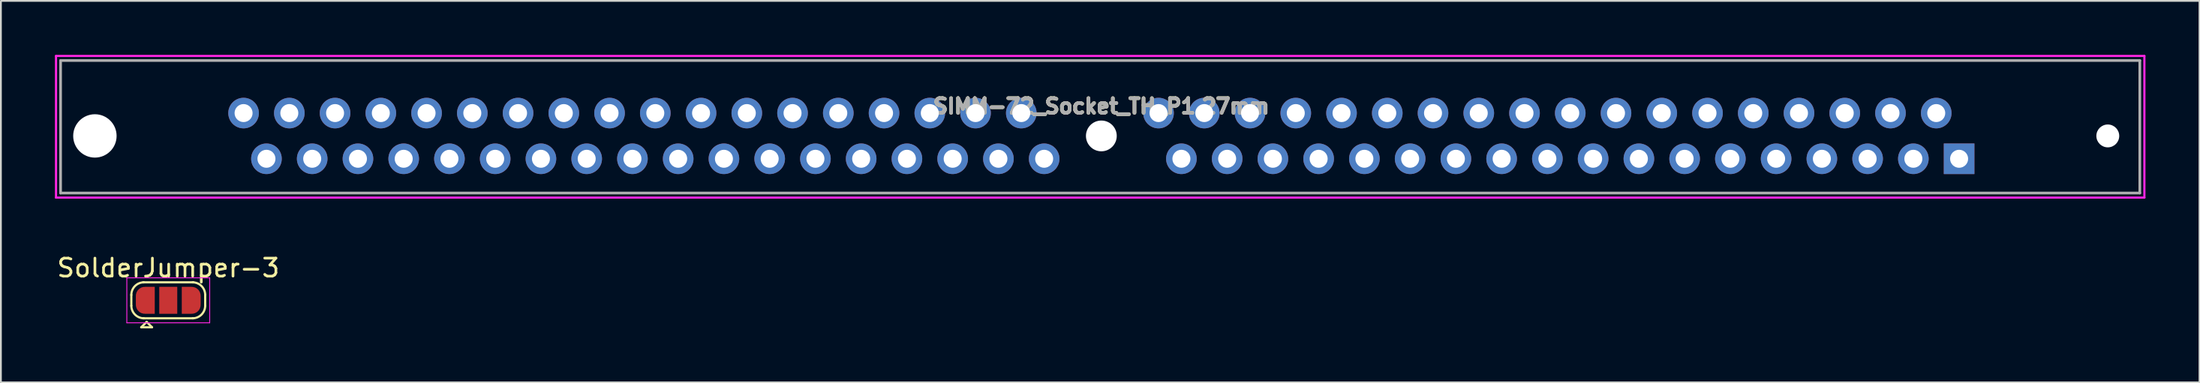
<source format=kicad_pcb>
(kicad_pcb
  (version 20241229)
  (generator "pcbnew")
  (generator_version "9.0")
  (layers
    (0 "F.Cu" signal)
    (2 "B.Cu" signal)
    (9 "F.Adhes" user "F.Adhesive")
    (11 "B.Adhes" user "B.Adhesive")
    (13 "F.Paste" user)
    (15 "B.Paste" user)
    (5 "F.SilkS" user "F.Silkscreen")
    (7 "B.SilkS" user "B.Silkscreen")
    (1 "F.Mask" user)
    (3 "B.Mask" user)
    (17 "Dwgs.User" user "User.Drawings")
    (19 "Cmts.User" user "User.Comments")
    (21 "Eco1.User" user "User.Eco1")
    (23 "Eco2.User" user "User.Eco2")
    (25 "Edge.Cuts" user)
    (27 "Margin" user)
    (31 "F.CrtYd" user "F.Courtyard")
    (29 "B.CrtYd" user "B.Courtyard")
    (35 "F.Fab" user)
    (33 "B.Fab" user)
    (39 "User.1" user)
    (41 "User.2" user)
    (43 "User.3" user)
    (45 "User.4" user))
  (footprint "SolderJumper-3"
    (layer "F.Cu")
    (at 6.292 13.642)
    (property "Reference" "SolderJumper-3" (at 0 -1.8 0) (layer "F.SilkS") (effects (font (size 1 1) (thickness 0.15))))
    (attr exclude_from_pos_files exclude_from_bom)
    (fp_line (start -2.05 0.3) (end -2.05 -0.3) (stroke (width 0.12) (type solid)) (layer "F.SilkS"))
    (fp_line (start -1.5 1.5) (end -0.9 1.5) (stroke (width 0.12) (type solid)) (layer "F.SilkS"))
    (fp_line (start -1.4 -1) (end 1.4 -1) (stroke (width 0.12) (type solid)) (layer "F.SilkS"))
    (fp_line (start -1.2 1.2) (end -1.5 1.5) (stroke (width 0.12) (type solid)) (layer "F.SilkS"))
    (fp_line (start -1.2 1.2) (end -0.9 1.5) (stroke (width 0.12) (type solid)) (layer "F.SilkS"))
    (fp_line (start 1.4 1) (end -1.4 1) (stroke (width 0.12) (type solid)) (layer "F.SilkS"))
    (fp_line (start 2.05 -0.3) (end 2.05 0.3) (stroke (width 0.12) (type solid)) (layer "F.SilkS"))
    (fp_arc (start -2.05 -0.3) (mid -1.844975 -0.794975) (end -1.35 -1) (stroke (width 0.12) (type solid)) (layer "F.SilkS"))
    (fp_arc (start -1.35 1) (mid -1.844975 0.794975) (end -2.05 0.3) (stroke (width 0.12) (type solid)) (layer "F.SilkS"))
    (fp_arc (start 1.35 -1) (mid 1.844975 -0.794975) (end 2.05 -0.3) (stroke (width 0.12) (type solid)) (layer "F.SilkS"))
    (fp_arc (start 2.05 0.3) (mid 1.844975 0.794975) (end 1.35 1) (stroke (width 0.12) (type solid)) (layer "F.SilkS"))
    (fp_line (start -2.3 -1.25) (end -2.3 1.25) (stroke (width 0.05) (type solid)) (layer "F.CrtYd"))
    (fp_line (start -2.3 -1.25) (end 2.3 -1.25) (stroke (width 0.05) (type solid)) (layer "F.CrtYd"))
    (fp_line (start 2.3 1.25) (end -2.3 1.25) (stroke (width 0.05) (type solid)) (layer "F.CrtYd"))
    (fp_line (start 2.3 1.25) (end 2.3 -1.25) (stroke (width 0.05) (type solid)) (layer "F.CrtYd"))
    (pad "1" smd custom (at -1.3 0) (size 1 0.5) (layers "F.Cu" "F.Mask") (options (anchor rect)) (primitives (gr_circle (center 0 0.25) (end 0.5 0.25) (width 0) (fill yes)) (gr_circle (center 0 -0.25) (end 0.5 -0.25) (width 0) (fill yes)) (gr_poly (pts (xy 0.55 -0.75) (xy 0 -0.75) (xy 0 0.75) (xy 0.55 0.75)) (width 0) (fill yes))))
    (pad "2" smd rect (at 0 0) (size 1 1.5) (layers "F.Cu" "F.Mask"))
    (pad "3" smd custom (at 1.3 0) (size 1 0.5) (layers "F.Cu" "F.Mask") (options (anchor rect)) (primitives (gr_circle (center 0 0.25) (end 0.5 0.25) (width 0) (fill yes)) (gr_circle (center 0 -0.25) (end 0.5 -0.25) (width 0) (fill yes)) (gr_poly (pts (xy -0.55 -0.75) (xy 0 -0.75) (xy 0 0.75) (xy -0.55 0.75)) (width 0) (fill yes)))))
  (footprint "SIMM-72_Socket_TH_P1.27mm"
    (layer "F.Cu")
    (at 58.099 4.505)
    (property "Reference" "SIMM-72_Socket_TH_P1.27mm" (at 0 -1.651 0) (layer "F.SilkS") (effects (font (size 0.813 0.813) (thickness 0.203))))
    (attr through_hole)
    (fp_line (start -58.039 -4.445) (end -58.039 3.429) (stroke (width 0.12) (type solid)) (layer "F.CrtYd"))
    (fp_line (start -58.039 3.429) (end 57.912 3.429) (stroke (width 0.12) (type solid)) (layer "F.CrtYd"))
    (fp_line (start 57.912 -4.445) (end -58.039 -4.445) (stroke (width 0.12) (type solid)) (layer "F.CrtYd"))
    (fp_line (start 57.912 3.429) (end 57.912 -4.445) (stroke (width 0.12) (type solid)) (layer "F.CrtYd"))
    (fp_line (start -57.785 -4.191) (end -57.785 3.175) (stroke (width 0.15) (type solid)) (layer "F.Fab"))
    (fp_line (start 57.658 -4.191) (end -57.785 -4.191) (stroke (width 0.15) (type solid)) (layer "F.Fab"))
    (fp_line (start 57.658 3.175) (end -57.785 3.175) (stroke (width 0.15) (type solid)) (layer "F.Fab"))
    (fp_line (start 57.658 3.175) (end 57.658 -4.191) (stroke (width 0.15) (type solid)) (layer "F.Fab"))
    (fp_text user "${REFERENCE}" (at 0 -1.651 0) (layer "F.Fab") (effects (font (size 0.813 0.813) (thickness 0.203))))
    (pad "" np_thru_hole circle (at -55.88 0) (size 2.41 2.41) (drill 2.41) (layers "*.Cu" "*.Mask"))
    (pad "" np_thru_hole circle (at 0 0) (size 1.71 1.71) (drill 1.71) (layers "*.Cu" "*.Mask"))
    (pad "" np_thru_hole circle (at 55.88 0) (size 1.27 1.27) (drill 1.27) (layers "*.Cu" "*.Mask"))
    (pad "1" thru_hole rect (at 47.625 1.27 270) (size 1.7 1.7) (drill 1) (layers "*.Cu" "*.Mask"))
    (pad "2" thru_hole oval (at 46.355 -1.27 270) (size 1.7 1.7) (drill 1) (layers "*.Cu" "*.Mask"))
    (pad "3" thru_hole oval (at 45.085 1.27 270) (size 1.7 1.7) (drill 1) (layers "*.Cu" "*.Mask"))
    (pad "4" thru_hole oval (at 43.815 -1.27 270) (size 1.7 1.7) (drill 1) (layers "*.Cu" "*.Mask"))
    (pad "5" thru_hole oval (at 42.545 1.27 270) (size 1.7 1.7) (drill 1) (layers "*.Cu" "*.Mask"))
    (pad "6" thru_hole oval (at 41.275 -1.27 270) (size 1.7 1.7) (drill 1) (layers "*.Cu" "*.Mask"))
    (pad "7" thru_hole oval (at 40.005 1.27 270) (size 1.7 1.7) (drill 1) (layers "*.Cu" "*.Mask"))
    (pad "8" thru_hole oval (at 38.735 -1.27 270) (size 1.7 1.7) (drill 1) (layers "*.Cu" "*.Mask"))
    (pad "9" thru_hole oval (at 37.465 1.27 270) (size 1.7 1.7) (drill 1) (layers "*.Cu" "*.Mask"))
    (pad "10" thru_hole oval (at 36.195 -1.27 270) (size 1.7 1.7) (drill 1) (layers "*.Cu" "*.Mask"))
    (pad "11" thru_hole oval (at 34.925 1.27 270) (size 1.7 1.7) (drill 1) (layers "*.Cu" "*.Mask"))
    (pad "12" thru_hole oval (at 33.655 -1.27 270) (size 1.7 1.7) (drill 1) (layers "*.Cu" "*.Mask"))
    (pad "13" thru_hole oval (at 32.385 1.27 270) (size 1.7 1.7) (drill 1) (layers "*.Cu" "*.Mask"))
    (pad "14" thru_hole oval (at 31.115 -1.27 270) (size 1.7 1.7) (drill 1) (layers "*.Cu" "*.Mask"))
    (pad "15" thru_hole oval (at 29.845 1.27 270) (size 1.7 1.7) (drill 1) (layers "*.Cu" "*.Mask"))
    (pad "16" thru_hole oval (at 28.575 -1.27 270) (size 1.7 1.7) (drill 1) (layers "*.Cu" "*.Mask"))
    (pad "17" thru_hole oval (at 27.305 1.27 270) (size 1.7 1.7) (drill 1) (layers "*.Cu" "*.Mask"))
    (pad "18" thru_hole oval (at 26.035 -1.27 270) (size 1.7 1.7) (drill 1) (layers "*.Cu" "*.Mask"))
    (pad "19" thru_hole oval (at 24.765 1.27 270) (size 1.7 1.7) (drill 1) (layers "*.Cu" "*.Mask"))
    (pad "20" thru_hole oval (at 23.495 -1.27 270) (size 1.7 1.7) (drill 1) (layers "*.Cu" "*.Mask"))
    (pad "21" thru_hole oval (at 22.225 1.27 270) (size 1.7 1.7) (drill 1) (layers "*.Cu" "*.Mask"))
    (pad "22" thru_hole oval (at 20.955 -1.27 270) (size 1.7 1.7) (drill 1) (layers "*.Cu" "*.Mask"))
    (pad "23" thru_hole oval (at 19.685 1.27 270) (size 1.7 1.7) (drill 1) (layers "*.Cu" "*.Mask"))
    (pad "24" thru_hole oval (at 18.415 -1.27 270) (size 1.7 1.7) (drill 1) (layers "*.Cu" "*.Mask"))
    (pad "25" thru_hole oval (at 17.145 1.27 270) (size 1.7 1.7) (drill 1) (layers "*.Cu" "*.Mask"))
    (pad "26" thru_hole oval (at 15.875 -1.27 270) (size 1.7 1.7) (drill 1) (layers "*.Cu" "*.Mask"))
    (pad "27" thru_hole oval (at 14.605 1.27 270) (size 1.7 1.7) (drill 1) (layers "*.Cu" "*.Mask"))
    (pad "28" thru_hole oval (at 13.335 -1.27 270) (size 1.7 1.7) (drill 1) (layers "*.Cu" "*.Mask"))
    (pad "29" thru_hole oval (at 12.065 1.27 270) (size 1.7 1.7) (drill 1) (layers "*.Cu" "*.Mask"))
    (pad "30" thru_hole oval (at 10.795 -1.27 270) (size 1.7 1.7) (drill 1) (layers "*.Cu" "*.Mask"))
    (pad "31" thru_hole oval (at 9.525 1.27 270) (size 1.7 1.7) (drill 1) (layers "*.Cu" "*.Mask"))
    (pad "32" thru_hole oval (at 8.255 -1.27 270) (size 1.7 1.7) (drill 1) (layers "*.Cu" "*.Mask"))
    (pad "33" thru_hole oval (at 6.985 1.27 270) (size 1.7 1.7) (drill 1) (layers "*.Cu" "*.Mask"))
    (pad "34" thru_hole oval (at 5.715 -1.27 270) (size 1.7 1.7) (drill 1) (layers "*.Cu" "*.Mask"))
    (pad "35" thru_hole oval (at 4.445 1.27 270) (size 1.7 1.7) (drill 1) (layers "*.Cu" "*.Mask"))
    (pad "36" thru_hole oval (at 3.175 -1.27 270) (size 1.7 1.7) (drill 1) (layers "*.Cu" "*.Mask"))
    (pad "37" thru_hole oval (at -3.175 1.27 270) (size 1.7 1.7) (drill 1) (layers "*.Cu" "*.Mask"))
    (pad "38" thru_hole oval (at -4.445 -1.27 270) (size 1.7 1.7) (drill 1) (layers "*.Cu" "*.Mask"))
    (pad "39" thru_hole oval (at -5.715 1.27 270) (size 1.7 1.7) (drill 1) (layers "*.Cu" "*.Mask"))
    (pad "40" thru_hole oval (at -6.985 -1.27 270) (size 1.7 1.7) (drill 1) (layers "*.Cu" "*.Mask"))
    (pad "41" thru_hole oval (at -8.255 1.27 270) (size 1.7 1.7) (drill 1) (layers "*.Cu" "*.Mask"))
    (pad "42" thru_hole oval (at -9.525 -1.27 270) (size 1.7 1.7) (drill 1) (layers "*.Cu" "*.Mask"))
    (pad "43" thru_hole oval (at -10.795 1.27 270) (size 1.7 1.7) (drill 1) (layers "*.Cu" "*.Mask"))
    (pad "44" thru_hole oval (at -12.065 -1.27 270) (size 1.7 1.7) (drill 1) (layers "*.Cu" "*.Mask"))
    (pad "45" thru_hole oval (at -13.335 1.27 270) (size 1.7 1.7) (drill 1) (layers "*.Cu" "*.Mask"))
    (pad "46" thru_hole oval (at -14.605 -1.27 270) (size 1.7 1.7) (drill 1) (layers "*.Cu" "*.Mask"))
    (pad "47" thru_hole oval (at -15.875 1.27 270) (size 1.7 1.7) (drill 1) (layers "*.Cu" "*.Mask"))
    (pad "48" thru_hole oval (at -17.145 -1.27 270) (size 1.7 1.7) (drill 1) (layers "*.Cu" "*.Mask"))
    (pad "49" thru_hole oval (at -18.415 1.27 270) (size 1.7 1.7) (drill 1) (layers "*.Cu" "*.Mask"))
    (pad "50" thru_hole oval (at -19.685 -1.27 270) (size 1.7 1.7) (drill 1) (layers "*.Cu" "*.Mask"))
    (pad "51" thru_hole oval (at -20.955 1.27 270) (size 1.7 1.7) (drill 1) (layers "*.Cu" "*.Mask"))
    (pad "52" thru_hole oval (at -22.225 -1.27 270) (size 1.7 1.7) (drill 1) (layers "*.Cu" "*.Mask"))
    (pad "53" thru_hole oval (at -23.495 1.27 270) (size 1.7 1.7) (drill 1) (layers "*.Cu" "*.Mask"))
    (pad "54" thru_hole oval (at -24.765 -1.27 270) (size 1.7 1.7) (drill 1) (layers "*.Cu" "*.Mask"))
    (pad "55" thru_hole oval (at -26.035 1.27 270) (size 1.7 1.7) (drill 1) (layers "*.Cu" "*.Mask"))
    (pad "56" thru_hole oval (at -27.305 -1.27 270) (size 1.7 1.7) (drill 1) (layers "*.Cu" "*.Mask"))
    (pad "57" thru_hole oval (at -28.575 1.27 270) (size 1.7 1.7) (drill 1) (layers "*.Cu" "*.Mask"))
    (pad "58" thru_hole oval (at -29.845 -1.27 270) (size 1.7 1.7) (drill 1) (layers "*.Cu" "*.Mask"))
    (pad "59" thru_hole oval (at -31.115 1.27 270) (size 1.7 1.7) (drill 1) (layers "*.Cu" "*.Mask"))
    (pad "60" thru_hole oval (at -32.385 -1.27 270) (size 1.7 1.7) (drill 1) (layers "*.Cu" "*.Mask"))
    (pad "61" thru_hole oval (at -33.655 1.27 270) (size 1.7 1.7) (drill 1) (layers "*.Cu" "*.Mask"))
    (pad "62" thru_hole oval (at -34.925 -1.27 270) (size 1.7 1.7) (drill 1) (layers "*.Cu" "*.Mask"))
    (pad "63" thru_hole oval (at -36.195 1.27 270) (size 1.7 1.7) (drill 1) (layers "*.Cu" "*.Mask"))
    (pad "64" thru_hole oval (at -37.465 -1.27 270) (size 1.7 1.7) (drill 1) (layers "*.Cu" "*.Mask"))
    (pad "65" thru_hole oval (at -38.735 1.27 270) (size 1.7 1.7) (drill 1) (layers "*.Cu" "*.Mask"))
    (pad "66" thru_hole oval (at -40.005 -1.27 270) (size 1.7 1.7) (drill 1) (layers "*.Cu" "*.Mask"))
    (pad "67" thru_hole oval (at -41.275 1.27 270) (size 1.7 1.7) (drill 1) (layers "*.Cu" "*.Mask"))
    (pad "68" thru_hole oval (at -42.545 -1.27 270) (size 1.7 1.7) (drill 1) (layers "*.Cu" "*.Mask"))
    (pad "69" thru_hole oval (at -43.815 1.27 270) (size 1.7 1.7) (drill 1) (layers "*.Cu" "*.Mask"))
    (pad "70" thru_hole oval (at -45.085 -1.27 270) (size 1.7 1.7) (drill 1) (layers "*.Cu" "*.Mask"))
    (pad "71" thru_hole oval (at -46.355 1.27 270) (size 1.7 1.7) (drill 1) (layers "*.Cu" "*.Mask"))
    (pad "72" thru_hole oval (at -47.625 -1.27 270) (size 1.7 1.7) (drill 1) (layers "*.Cu" "*.Mask")))
  (gr_rect
    (start -3 -3)
    (end 119.071 18.202)
    (stroke (width 0.1) (type default))
    (fill no)
    (layer "Edge.Cuts")))
</source>
